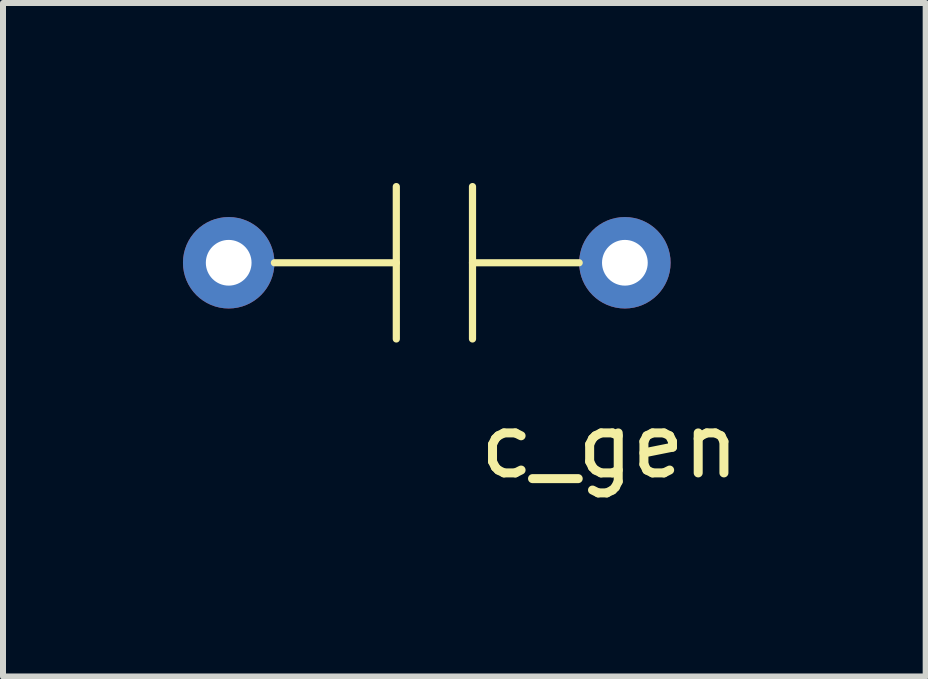
<source format=kicad_pcb>
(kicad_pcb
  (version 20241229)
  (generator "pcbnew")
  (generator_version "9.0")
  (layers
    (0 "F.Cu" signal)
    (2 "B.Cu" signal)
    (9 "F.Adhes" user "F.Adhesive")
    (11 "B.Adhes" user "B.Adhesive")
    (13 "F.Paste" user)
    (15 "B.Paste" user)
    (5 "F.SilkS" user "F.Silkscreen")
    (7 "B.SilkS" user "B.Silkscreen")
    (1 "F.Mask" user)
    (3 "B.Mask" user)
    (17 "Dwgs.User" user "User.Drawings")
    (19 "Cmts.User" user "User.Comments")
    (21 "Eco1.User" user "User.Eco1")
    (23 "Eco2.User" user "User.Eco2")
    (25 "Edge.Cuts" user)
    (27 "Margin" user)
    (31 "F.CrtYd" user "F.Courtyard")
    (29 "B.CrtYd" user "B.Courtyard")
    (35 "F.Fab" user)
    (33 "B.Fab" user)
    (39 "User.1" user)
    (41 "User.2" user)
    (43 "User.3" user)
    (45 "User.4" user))
  (footprint "c_gen"
    (layer "F.Cu")
    (at 4.191 1.33)
    (property "Reference" "c_gen" (at 2.921 3.048 0) (layer "F.SilkS") (effects (font (size 1 1) (thickness 0.15))))
    (attr through_hole)
    (fp_line (start -2.667 0) (end -0.635 0) (stroke (width 0.12) (type solid)) (layer "F.SilkS"))
    (fp_line (start -0.635 -1.27) (end -0.635 1.27) (stroke (width 0.12) (type solid)) (layer "F.SilkS"))
    (fp_line (start 0.635 -1.27) (end 0.635 1.27) (stroke (width 0.12) (type solid)) (layer "F.SilkS"))
    (fp_line (start 2.413 0) (end 0.635 0) (stroke (width 0.12) (type solid)) (layer "F.SilkS"))
    (pad "1" thru_hole circle (at -3.429 0) (size 1.524 1.524) (drill 0.762) (layers "*.Cu" "*.Mask"))
    (pad "2" thru_hole circle (at 3.175 0) (size 1.524 1.524) (drill 0.762) (layers "*.Cu" "*.Mask")))
  (gr_rect
    (start -3 -3)
    (end 12.38 8.226)
    (stroke (width 0.1) (type default))
    (fill no)
    (layer "Edge.Cuts")))
</source>
